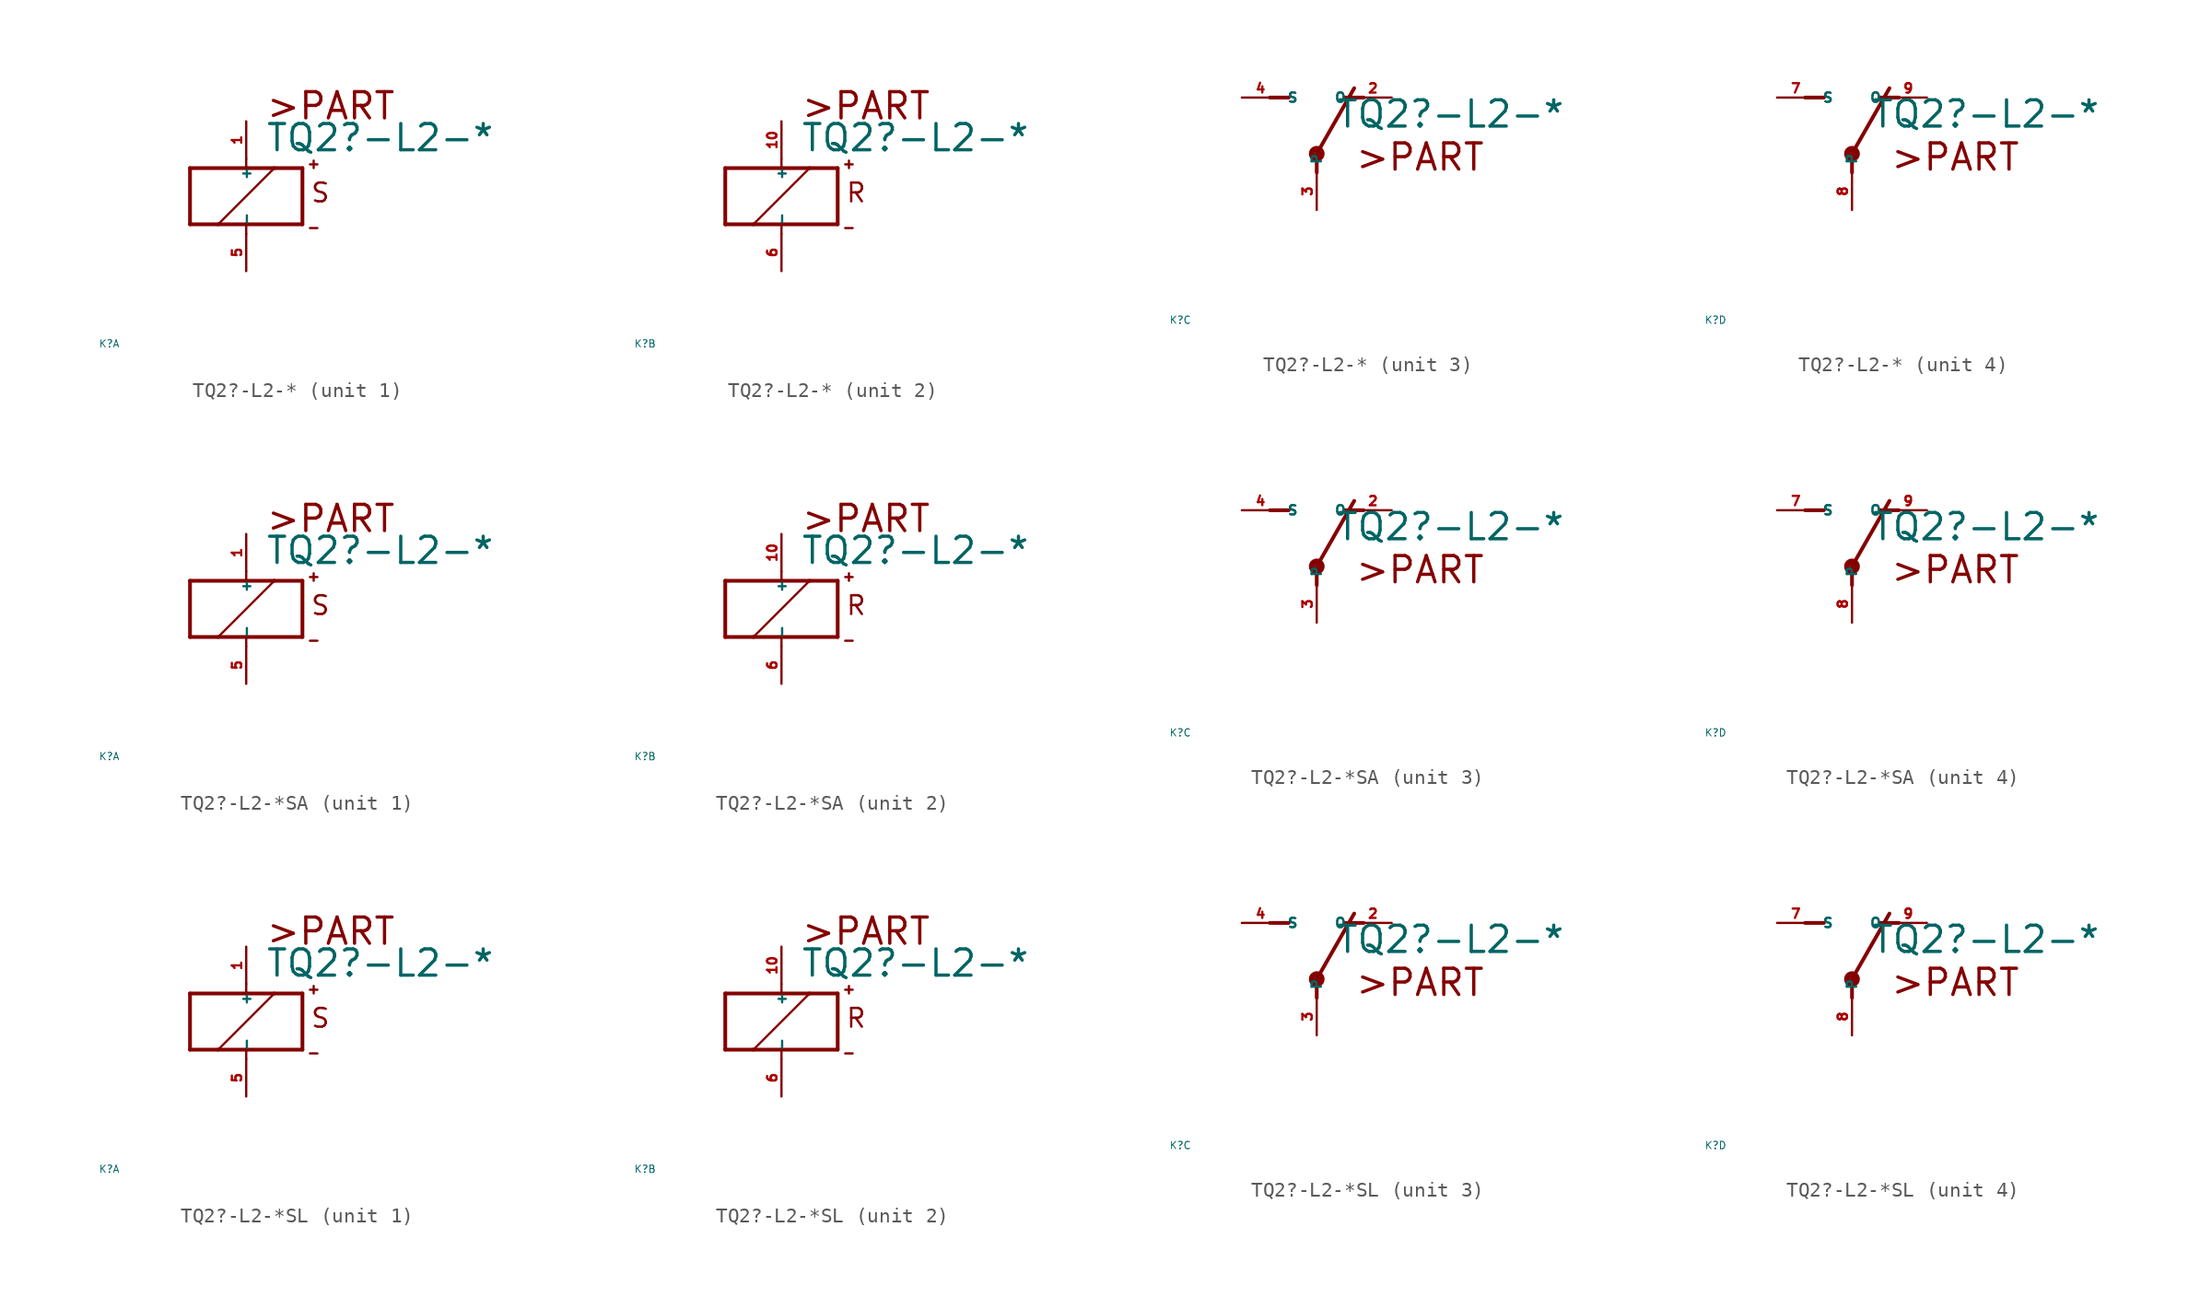
<source format=kicad_sym>
(kicad_symbol_lib
  (version 20220914)
  (generator Eagle2Kicad)
  (symbol "TQ2?-L2-*"
    (property "Reference" "K"
      (at -10 -10 0)
      (effects (font (size 0.5 0.5) (thickness 0.06)) (justify left)))
    (property "Value" "TQ2?-L2-*"
      (at 1.27 2.921 0)
      (effects (font (size 1.778 1.778) (thickness 0.22)) (justify left bottom)))
    (symbol "TQ2?-L2-*_1_0"
      (polyline (pts (xy -3.81 -1.905) (xy -1.905 -1.905)) (stroke (width 0.254) (type default)) (fill (type none)))
      (polyline (pts (xy 3.81 -1.905) (xy 3.81 1.905)) (stroke (width 0.254) (type default)) (fill (type none)))
      (polyline (pts (xy 3.81 1.905) (xy 1.905 1.905)) (stroke (width 0.254) (type default)) (fill (type none)))
      (polyline (pts (xy -3.81 1.905) (xy -3.81 -1.905)) (stroke (width 0.254) (type default)) (fill (type none)))
      (polyline (pts (xy 0 -2.54) (xy 0 -1.905)) (stroke (width 0.152) (type default)) (fill (type none)))
      (polyline (pts (xy 0 -1.905) (xy 3.81 -1.905)) (stroke (width 0.254) (type default)) (fill (type none)))
      (polyline (pts (xy 0 2.54) (xy 0 1.905)) (stroke (width 0.152) (type default)) (fill (type none)))
      (polyline (pts (xy 0 1.905) (xy -3.81 1.905)) (stroke (width 0.254) (type default)) (fill (type none)))
      (polyline (pts (xy -1.905 -1.905) (xy 1.905 1.905)) (stroke (width 0.152) (type default)) (fill (type none)))
      (polyline (pts (xy -1.905 -1.905) (xy 0 -1.905)) (stroke (width 0.254) (type default)) (fill (type none)))
      (polyline (pts (xy 1.905 1.905) (xy 0 1.905)) (stroke (width 0.254) (type default)) (fill (type none)))
      (polyline (pts (xy 4.318 2.159) (xy 4.826 2.159)) (stroke (width 0.152) (type default)) (fill (type none)))
      (polyline (pts (xy 4.572 2.413) (xy 4.572 1.905)) (stroke (width 0.152) (type default)) (fill (type none)))
      (polyline (pts (xy 4.318 -2.159) (xy 4.826 -2.159)) (stroke (width 0.152) (type default)) (fill (type none)))
      (text ">PART" (at 1.27 5.08 0) (effects (font (size 1.778 1.778) (thickness 0.22)) (justify left bottom)))
      (text "S" (at 4.318 -0.508 0) (effects (font (size 1.27 1.27) (thickness 0.16)) (justify left bottom)))
      (pin passive line (at 0 -5.08 90) (length 2.54) (name "-" (effects (font (size 0.635 0.635) (thickness 0.08)) (justify left bottom))) (number "5" (effects (font (size 0.635 0.635) (thickness 0.08)) (justify left bottom))))
      (pin passive line (at 0 5.08 270) (length 2.54) (name "+" (effects (font (size 0.635 0.635) (thickness 0.08)) (justify left bottom))) (number "1" (effects (font (size 0.635 0.635) (thickness 0.08)) (justify left bottom)))))
    (symbol "TQ2?-L2-*_2_0"
      (polyline (pts (xy -3.81 -1.905) (xy -1.905 -1.905)) (stroke (width 0.254) (type default)) (fill (type none)))
      (polyline (pts (xy 3.81 -1.905) (xy 3.81 1.905)) (stroke (width 0.254) (type default)) (fill (type none)))
      (polyline (pts (xy 3.81 1.905) (xy 1.905 1.905)) (stroke (width 0.254) (type default)) (fill (type none)))
      (polyline (pts (xy -3.81 1.905) (xy -3.81 -1.905)) (stroke (width 0.254) (type default)) (fill (type none)))
      (polyline (pts (xy 0 -2.54) (xy 0 -1.905)) (stroke (width 0.152) (type default)) (fill (type none)))
      (polyline (pts (xy 0 -1.905) (xy 3.81 -1.905)) (stroke (width 0.254) (type default)) (fill (type none)))
      (polyline (pts (xy 0 2.54) (xy 0 1.905)) (stroke (width 0.152) (type default)) (fill (type none)))
      (polyline (pts (xy 0 1.905) (xy -3.81 1.905)) (stroke (width 0.254) (type default)) (fill (type none)))
      (polyline (pts (xy -1.905 -1.905) (xy 1.905 1.905)) (stroke (width 0.152) (type default)) (fill (type none)))
      (polyline (pts (xy -1.905 -1.905) (xy 0 -1.905)) (stroke (width 0.254) (type default)) (fill (type none)))
      (polyline (pts (xy 1.905 1.905) (xy 0 1.905)) (stroke (width 0.254) (type default)) (fill (type none)))
      (polyline (pts (xy 4.318 2.159) (xy 4.826 2.159)) (stroke (width 0.152) (type default)) (fill (type none)))
      (polyline (pts (xy 4.572 2.413) (xy 4.572 1.905)) (stroke (width 0.152) (type default)) (fill (type none)))
      (polyline (pts (xy 4.318 -2.159) (xy 4.826 -2.159)) (stroke (width 0.152) (type default)) (fill (type none)))
      (text ">PART" (at 1.27 5.08 0) (effects (font (size 1.778 1.778) (thickness 0.22)) (justify left bottom)))
      (text "R" (at 4.318 -0.508 0) (effects (font (size 1.27 1.27) (thickness 0.16)) (justify left bottom)))
      (pin passive line (at 0 -5.08 90) (length 2.54) (name "-" (effects (font (size 0.635 0.635) (thickness 0.08)) (justify left bottom))) (number "6" (effects (font (size 0.635 0.635) (thickness 0.08)) (justify left bottom))))
      (pin passive line (at 0 5.08 270) (length 2.54) (name "+" (effects (font (size 0.635 0.635) (thickness 0.08)) (justify left bottom))) (number "10" (effects (font (size 0.635 0.635) (thickness 0.08)) (justify left bottom)))))
    (symbol "TQ2?-L2-*_3_0"
      (polyline (pts (xy 3.175 5.08) (xy 1.905 5.08)) (stroke (width 0.254) (type default)) (fill (type none)))
      (polyline (pts (xy -3.175 5.08) (xy -1.905 5.08)) (stroke (width 0.254) (type default)) (fill (type none)))
      (polyline (pts (xy 0 1.27) (xy 2.54 5.715)) (stroke (width 0.254) (type default)) (fill (type none)))
      (polyline (pts (xy 0 1.27) (xy 0 0)) (stroke (width 0.254) (type default)) (fill (type none)))
      (text ">PART" (at 2.54 0 0) (effects (font (size 1.778 1.778) (thickness 0.22)) (justify left bottom)))
      (circle (center 0 1.27) (radius 0.127) (stroke (width 0.406) (type default)) (fill (type none)))
      (pin passive line (at 5.08 5.08 180) (length 2.54) (name "O" (effects (font (size 0.635 0.635) (thickness 0.08)) (justify left bottom))) (number "2" (effects (font (size 0.635 0.635) (thickness 0.08)) (justify left bottom))))
      (pin passive line (at -5.08 5.08 0) (length 2.54) (name "S" (effects (font (size 0.635 0.635) (thickness 0.08)) (justify left bottom))) (number "4" (effects (font (size 0.635 0.635) (thickness 0.08)) (justify left bottom))))
      (pin passive line (at 0 -2.54 90) (length 2.54) (name "P" (effects (font (size 0.635 0.635) (thickness 0.08)) (justify left bottom))) (number "3" (effects (font (size 0.635 0.635) (thickness 0.08)) (justify left bottom)))))
    (symbol "TQ2?-L2-*_4_0"
      (polyline (pts (xy 3.175 5.08) (xy 1.905 5.08)) (stroke (width 0.254) (type default)) (fill (type none)))
      (polyline (pts (xy -3.175 5.08) (xy -1.905 5.08)) (stroke (width 0.254) (type default)) (fill (type none)))
      (polyline (pts (xy 0 1.27) (xy 2.54 5.715)) (stroke (width 0.254) (type default)) (fill (type none)))
      (polyline (pts (xy 0 1.27) (xy 0 0)) (stroke (width 0.254) (type default)) (fill (type none)))
      (text ">PART" (at 2.54 0 0) (effects (font (size 1.778 1.778) (thickness 0.22)) (justify left bottom)))
      (circle (center 0 1.27) (radius 0.127) (stroke (width 0.406) (type default)) (fill (type none)))
      (pin passive line (at 5.08 5.08 180) (length 2.54) (name "O" (effects (font (size 0.635 0.635) (thickness 0.08)) (justify left bottom))) (number "9" (effects (font (size 0.635 0.635) (thickness 0.08)) (justify left bottom))))
      (pin passive line (at -5.08 5.08 0) (length 2.54) (name "S" (effects (font (size 0.635 0.635) (thickness 0.08)) (justify left bottom))) (number "7" (effects (font (size 0.635 0.635) (thickness 0.08)) (justify left bottom))))
      (pin passive line (at 0 -2.54 90) (length 2.54) (name "P" (effects (font (size 0.635 0.635) (thickness 0.08)) (justify left bottom))) (number "8" (effects (font (size 0.635 0.635) (thickness 0.08)) (justify left bottom))))))
  (symbol "TQ2?-L2-*SA"
    (property "Reference" "K"
      (at -10 -10 0)
      (effects (font (size 0.5 0.5) (thickness 0.06)) (justify left)))
    (property "Value" "TQ2?-L2-*"
      (at 1.27 2.921 0)
      (effects (font (size 1.778 1.778) (thickness 0.22)) (justify left bottom)))
    (symbol "TQ2?-L2-*SA_1_0"
      (polyline (pts (xy -3.81 -1.905) (xy -1.905 -1.905)) (stroke (width 0.254) (type default)) (fill (type none)))
      (polyline (pts (xy 3.81 -1.905) (xy 3.81 1.905)) (stroke (width 0.254) (type default)) (fill (type none)))
      (polyline (pts (xy 3.81 1.905) (xy 1.905 1.905)) (stroke (width 0.254) (type default)) (fill (type none)))
      (polyline (pts (xy -3.81 1.905) (xy -3.81 -1.905)) (stroke (width 0.254) (type default)) (fill (type none)))
      (polyline (pts (xy 0 -2.54) (xy 0 -1.905)) (stroke (width 0.152) (type default)) (fill (type none)))
      (polyline (pts (xy 0 -1.905) (xy 3.81 -1.905)) (stroke (width 0.254) (type default)) (fill (type none)))
      (polyline (pts (xy 0 2.54) (xy 0 1.905)) (stroke (width 0.152) (type default)) (fill (type none)))
      (polyline (pts (xy 0 1.905) (xy -3.81 1.905)) (stroke (width 0.254) (type default)) (fill (type none)))
      (polyline (pts (xy -1.905 -1.905) (xy 1.905 1.905)) (stroke (width 0.152) (type default)) (fill (type none)))
      (polyline (pts (xy -1.905 -1.905) (xy 0 -1.905)) (stroke (width 0.254) (type default)) (fill (type none)))
      (polyline (pts (xy 1.905 1.905) (xy 0 1.905)) (stroke (width 0.254) (type default)) (fill (type none)))
      (polyline (pts (xy 4.318 2.159) (xy 4.826 2.159)) (stroke (width 0.152) (type default)) (fill (type none)))
      (polyline (pts (xy 4.572 2.413) (xy 4.572 1.905)) (stroke (width 0.152) (type default)) (fill (type none)))
      (polyline (pts (xy 4.318 -2.159) (xy 4.826 -2.159)) (stroke (width 0.152) (type default)) (fill (type none)))
      (text ">PART" (at 1.27 5.08 0) (effects (font (size 1.778 1.778) (thickness 0.22)) (justify left bottom)))
      (text "S" (at 4.318 -0.508 0) (effects (font (size 1.27 1.27) (thickness 0.16)) (justify left bottom)))
      (pin passive line (at 0 -5.08 90) (length 2.54) (name "-" (effects (font (size 0.635 0.635) (thickness 0.08)) (justify left bottom))) (number "5" (effects (font (size 0.635 0.635) (thickness 0.08)) (justify left bottom))))
      (pin passive line (at 0 5.08 270) (length 2.54) (name "+" (effects (font (size 0.635 0.635) (thickness 0.08)) (justify left bottom))) (number "1" (effects (font (size 0.635 0.635) (thickness 0.08)) (justify left bottom)))))
    (symbol "TQ2?-L2-*SA_2_0"
      (polyline (pts (xy -3.81 -1.905) (xy -1.905 -1.905)) (stroke (width 0.254) (type default)) (fill (type none)))
      (polyline (pts (xy 3.81 -1.905) (xy 3.81 1.905)) (stroke (width 0.254) (type default)) (fill (type none)))
      (polyline (pts (xy 3.81 1.905) (xy 1.905 1.905)) (stroke (width 0.254) (type default)) (fill (type none)))
      (polyline (pts (xy -3.81 1.905) (xy -3.81 -1.905)) (stroke (width 0.254) (type default)) (fill (type none)))
      (polyline (pts (xy 0 -2.54) (xy 0 -1.905)) (stroke (width 0.152) (type default)) (fill (type none)))
      (polyline (pts (xy 0 -1.905) (xy 3.81 -1.905)) (stroke (width 0.254) (type default)) (fill (type none)))
      (polyline (pts (xy 0 2.54) (xy 0 1.905)) (stroke (width 0.152) (type default)) (fill (type none)))
      (polyline (pts (xy 0 1.905) (xy -3.81 1.905)) (stroke (width 0.254) (type default)) (fill (type none)))
      (polyline (pts (xy -1.905 -1.905) (xy 1.905 1.905)) (stroke (width 0.152) (type default)) (fill (type none)))
      (polyline (pts (xy -1.905 -1.905) (xy 0 -1.905)) (stroke (width 0.254) (type default)) (fill (type none)))
      (polyline (pts (xy 1.905 1.905) (xy 0 1.905)) (stroke (width 0.254) (type default)) (fill (type none)))
      (polyline (pts (xy 4.318 2.159) (xy 4.826 2.159)) (stroke (width 0.152) (type default)) (fill (type none)))
      (polyline (pts (xy 4.572 2.413) (xy 4.572 1.905)) (stroke (width 0.152) (type default)) (fill (type none)))
      (polyline (pts (xy 4.318 -2.159) (xy 4.826 -2.159)) (stroke (width 0.152) (type default)) (fill (type none)))
      (text ">PART" (at 1.27 5.08 0) (effects (font (size 1.778 1.778) (thickness 0.22)) (justify left bottom)))
      (text "R" (at 4.318 -0.508 0) (effects (font (size 1.27 1.27) (thickness 0.16)) (justify left bottom)))
      (pin passive line (at 0 -5.08 90) (length 2.54) (name "-" (effects (font (size 0.635 0.635) (thickness 0.08)) (justify left bottom))) (number "6" (effects (font (size 0.635 0.635) (thickness 0.08)) (justify left bottom))))
      (pin passive line (at 0 5.08 270) (length 2.54) (name "+" (effects (font (size 0.635 0.635) (thickness 0.08)) (justify left bottom))) (number "10" (effects (font (size 0.635 0.635) (thickness 0.08)) (justify left bottom)))))
    (symbol "TQ2?-L2-*SA_3_0"
      (polyline (pts (xy 3.175 5.08) (xy 1.905 5.08)) (stroke (width 0.254) (type default)) (fill (type none)))
      (polyline (pts (xy -3.175 5.08) (xy -1.905 5.08)) (stroke (width 0.254) (type default)) (fill (type none)))
      (polyline (pts (xy 0 1.27) (xy 2.54 5.715)) (stroke (width 0.254) (type default)) (fill (type none)))
      (polyline (pts (xy 0 1.27) (xy 0 0)) (stroke (width 0.254) (type default)) (fill (type none)))
      (text ">PART" (at 2.54 0 0) (effects (font (size 1.778 1.778) (thickness 0.22)) (justify left bottom)))
      (circle (center 0 1.27) (radius 0.127) (stroke (width 0.406) (type default)) (fill (type none)))
      (pin passive line (at 5.08 5.08 180) (length 2.54) (name "O" (effects (font (size 0.635 0.635) (thickness 0.08)) (justify left bottom))) (number "2" (effects (font (size 0.635 0.635) (thickness 0.08)) (justify left bottom))))
      (pin passive line (at -5.08 5.08 0) (length 2.54) (name "S" (effects (font (size 0.635 0.635) (thickness 0.08)) (justify left bottom))) (number "4" (effects (font (size 0.635 0.635) (thickness 0.08)) (justify left bottom))))
      (pin passive line (at 0 -2.54 90) (length 2.54) (name "P" (effects (font (size 0.635 0.635) (thickness 0.08)) (justify left bottom))) (number "3" (effects (font (size 0.635 0.635) (thickness 0.08)) (justify left bottom)))))
    (symbol "TQ2?-L2-*SA_4_0"
      (polyline (pts (xy 3.175 5.08) (xy 1.905 5.08)) (stroke (width 0.254) (type default)) (fill (type none)))
      (polyline (pts (xy -3.175 5.08) (xy -1.905 5.08)) (stroke (width 0.254) (type default)) (fill (type none)))
      (polyline (pts (xy 0 1.27) (xy 2.54 5.715)) (stroke (width 0.254) (type default)) (fill (type none)))
      (polyline (pts (xy 0 1.27) (xy 0 0)) (stroke (width 0.254) (type default)) (fill (type none)))
      (text ">PART" (at 2.54 0 0) (effects (font (size 1.778 1.778) (thickness 0.22)) (justify left bottom)))
      (circle (center 0 1.27) (radius 0.127) (stroke (width 0.406) (type default)) (fill (type none)))
      (pin passive line (at 5.08 5.08 180) (length 2.54) (name "O" (effects (font (size 0.635 0.635) (thickness 0.08)) (justify left bottom))) (number "9" (effects (font (size 0.635 0.635) (thickness 0.08)) (justify left bottom))))
      (pin passive line (at -5.08 5.08 0) (length 2.54) (name "S" (effects (font (size 0.635 0.635) (thickness 0.08)) (justify left bottom))) (number "7" (effects (font (size 0.635 0.635) (thickness 0.08)) (justify left bottom))))
      (pin passive line (at 0 -2.54 90) (length 2.54) (name "P" (effects (font (size 0.635 0.635) (thickness 0.08)) (justify left bottom))) (number "8" (effects (font (size 0.635 0.635) (thickness 0.08)) (justify left bottom))))))
  (symbol "TQ2?-L2-*SL"
    (property "Reference" "K"
      (at -10 -10 0)
      (effects (font (size 0.5 0.5) (thickness 0.06)) (justify left)))
    (property "Value" "TQ2?-L2-*"
      (at 1.27 2.921 0)
      (effects (font (size 1.778 1.778) (thickness 0.22)) (justify left bottom)))
    (symbol "TQ2?-L2-*SL_1_0"
      (polyline (pts (xy -3.81 -1.905) (xy -1.905 -1.905)) (stroke (width 0.254) (type default)) (fill (type none)))
      (polyline (pts (xy 3.81 -1.905) (xy 3.81 1.905)) (stroke (width 0.254) (type default)) (fill (type none)))
      (polyline (pts (xy 3.81 1.905) (xy 1.905 1.905)) (stroke (width 0.254) (type default)) (fill (type none)))
      (polyline (pts (xy -3.81 1.905) (xy -3.81 -1.905)) (stroke (width 0.254) (type default)) (fill (type none)))
      (polyline (pts (xy 0 -2.54) (xy 0 -1.905)) (stroke (width 0.152) (type default)) (fill (type none)))
      (polyline (pts (xy 0 -1.905) (xy 3.81 -1.905)) (stroke (width 0.254) (type default)) (fill (type none)))
      (polyline (pts (xy 0 2.54) (xy 0 1.905)) (stroke (width 0.152) (type default)) (fill (type none)))
      (polyline (pts (xy 0 1.905) (xy -3.81 1.905)) (stroke (width 0.254) (type default)) (fill (type none)))
      (polyline (pts (xy -1.905 -1.905) (xy 1.905 1.905)) (stroke (width 0.152) (type default)) (fill (type none)))
      (polyline (pts (xy -1.905 -1.905) (xy 0 -1.905)) (stroke (width 0.254) (type default)) (fill (type none)))
      (polyline (pts (xy 1.905 1.905) (xy 0 1.905)) (stroke (width 0.254) (type default)) (fill (type none)))
      (polyline (pts (xy 4.318 2.159) (xy 4.826 2.159)) (stroke (width 0.152) (type default)) (fill (type none)))
      (polyline (pts (xy 4.572 2.413) (xy 4.572 1.905)) (stroke (width 0.152) (type default)) (fill (type none)))
      (polyline (pts (xy 4.318 -2.159) (xy 4.826 -2.159)) (stroke (width 0.152) (type default)) (fill (type none)))
      (text ">PART" (at 1.27 5.08 0) (effects (font (size 1.778 1.778) (thickness 0.22)) (justify left bottom)))
      (text "S" (at 4.318 -0.508 0) (effects (font (size 1.27 1.27) (thickness 0.16)) (justify left bottom)))
      (pin passive line (at 0 -5.08 90) (length 2.54) (name "-" (effects (font (size 0.635 0.635) (thickness 0.08)) (justify left bottom))) (number "5" (effects (font (size 0.635 0.635) (thickness 0.08)) (justify left bottom))))
      (pin passive line (at 0 5.08 270) (length 2.54) (name "+" (effects (font (size 0.635 0.635) (thickness 0.08)) (justify left bottom))) (number "1" (effects (font (size 0.635 0.635) (thickness 0.08)) (justify left bottom)))))
    (symbol "TQ2?-L2-*SL_2_0"
      (polyline (pts (xy -3.81 -1.905) (xy -1.905 -1.905)) (stroke (width 0.254) (type default)) (fill (type none)))
      (polyline (pts (xy 3.81 -1.905) (xy 3.81 1.905)) (stroke (width 0.254) (type default)) (fill (type none)))
      (polyline (pts (xy 3.81 1.905) (xy 1.905 1.905)) (stroke (width 0.254) (type default)) (fill (type none)))
      (polyline (pts (xy -3.81 1.905) (xy -3.81 -1.905)) (stroke (width 0.254) (type default)) (fill (type none)))
      (polyline (pts (xy 0 -2.54) (xy 0 -1.905)) (stroke (width 0.152) (type default)) (fill (type none)))
      (polyline (pts (xy 0 -1.905) (xy 3.81 -1.905)) (stroke (width 0.254) (type default)) (fill (type none)))
      (polyline (pts (xy 0 2.54) (xy 0 1.905)) (stroke (width 0.152) (type default)) (fill (type none)))
      (polyline (pts (xy 0 1.905) (xy -3.81 1.905)) (stroke (width 0.254) (type default)) (fill (type none)))
      (polyline (pts (xy -1.905 -1.905) (xy 1.905 1.905)) (stroke (width 0.152) (type default)) (fill (type none)))
      (polyline (pts (xy -1.905 -1.905) (xy 0 -1.905)) (stroke (width 0.254) (type default)) (fill (type none)))
      (polyline (pts (xy 1.905 1.905) (xy 0 1.905)) (stroke (width 0.254) (type default)) (fill (type none)))
      (polyline (pts (xy 4.318 2.159) (xy 4.826 2.159)) (stroke (width 0.152) (type default)) (fill (type none)))
      (polyline (pts (xy 4.572 2.413) (xy 4.572 1.905)) (stroke (width 0.152) (type default)) (fill (type none)))
      (polyline (pts (xy 4.318 -2.159) (xy 4.826 -2.159)) (stroke (width 0.152) (type default)) (fill (type none)))
      (text ">PART" (at 1.27 5.08 0) (effects (font (size 1.778 1.778) (thickness 0.22)) (justify left bottom)))
      (text "R" (at 4.318 -0.508 0) (effects (font (size 1.27 1.27) (thickness 0.16)) (justify left bottom)))
      (pin passive line (at 0 -5.08 90) (length 2.54) (name "-" (effects (font (size 0.635 0.635) (thickness 0.08)) (justify left bottom))) (number "6" (effects (font (size 0.635 0.635) (thickness 0.08)) (justify left bottom))))
      (pin passive line (at 0 5.08 270) (length 2.54) (name "+" (effects (font (size 0.635 0.635) (thickness 0.08)) (justify left bottom))) (number "10" (effects (font (size 0.635 0.635) (thickness 0.08)) (justify left bottom)))))
    (symbol "TQ2?-L2-*SL_3_0"
      (polyline (pts (xy 3.175 5.08) (xy 1.905 5.08)) (stroke (width 0.254) (type default)) (fill (type none)))
      (polyline (pts (xy -3.175 5.08) (xy -1.905 5.08)) (stroke (width 0.254) (type default)) (fill (type none)))
      (polyline (pts (xy 0 1.27) (xy 2.54 5.715)) (stroke (width 0.254) (type default)) (fill (type none)))
      (polyline (pts (xy 0 1.27) (xy 0 0)) (stroke (width 0.254) (type default)) (fill (type none)))
      (text ">PART" (at 2.54 0 0) (effects (font (size 1.778 1.778) (thickness 0.22)) (justify left bottom)))
      (circle (center 0 1.27) (radius 0.127) (stroke (width 0.406) (type default)) (fill (type none)))
      (pin passive line (at 5.08 5.08 180) (length 2.54) (name "O" (effects (font (size 0.635 0.635) (thickness 0.08)) (justify left bottom))) (number "2" (effects (font (size 0.635 0.635) (thickness 0.08)) (justify left bottom))))
      (pin passive line (at -5.08 5.08 0) (length 2.54) (name "S" (effects (font (size 0.635 0.635) (thickness 0.08)) (justify left bottom))) (number "4" (effects (font (size 0.635 0.635) (thickness 0.08)) (justify left bottom))))
      (pin passive line (at 0 -2.54 90) (length 2.54) (name "P" (effects (font (size 0.635 0.635) (thickness 0.08)) (justify left bottom))) (number "3" (effects (font (size 0.635 0.635) (thickness 0.08)) (justify left bottom)))))
    (symbol "TQ2?-L2-*SL_4_0"
      (polyline (pts (xy 3.175 5.08) (xy 1.905 5.08)) (stroke (width 0.254) (type default)) (fill (type none)))
      (polyline (pts (xy -3.175 5.08) (xy -1.905 5.08)) (stroke (width 0.254) (type default)) (fill (type none)))
      (polyline (pts (xy 0 1.27) (xy 2.54 5.715)) (stroke (width 0.254) (type default)) (fill (type none)))
      (polyline (pts (xy 0 1.27) (xy 0 0)) (stroke (width 0.254) (type default)) (fill (type none)))
      (text ">PART" (at 2.54 0 0) (effects (font (size 1.778 1.778) (thickness 0.22)) (justify left bottom)))
      (circle (center 0 1.27) (radius 0.127) (stroke (width 0.406) (type default)) (fill (type none)))
      (pin passive line (at 5.08 5.08 180) (length 2.54) (name "O" (effects (font (size 0.635 0.635) (thickness 0.08)) (justify left bottom))) (number "9" (effects (font (size 0.635 0.635) (thickness 0.08)) (justify left bottom))))
      (pin passive line (at -5.08 5.08 0) (length 2.54) (name "S" (effects (font (size 0.635 0.635) (thickness 0.08)) (justify left bottom))) (number "7" (effects (font (size 0.635 0.635) (thickness 0.08)) (justify left bottom))))
      (pin passive line (at 0 -2.54 90) (length 2.54) (name "P" (effects (font (size 0.635 0.635) (thickness 0.08)) (justify left bottom))) (number "8" (effects (font (size 0.635 0.635) (thickness 0.08)) (justify left bottom)))))))
</source>
